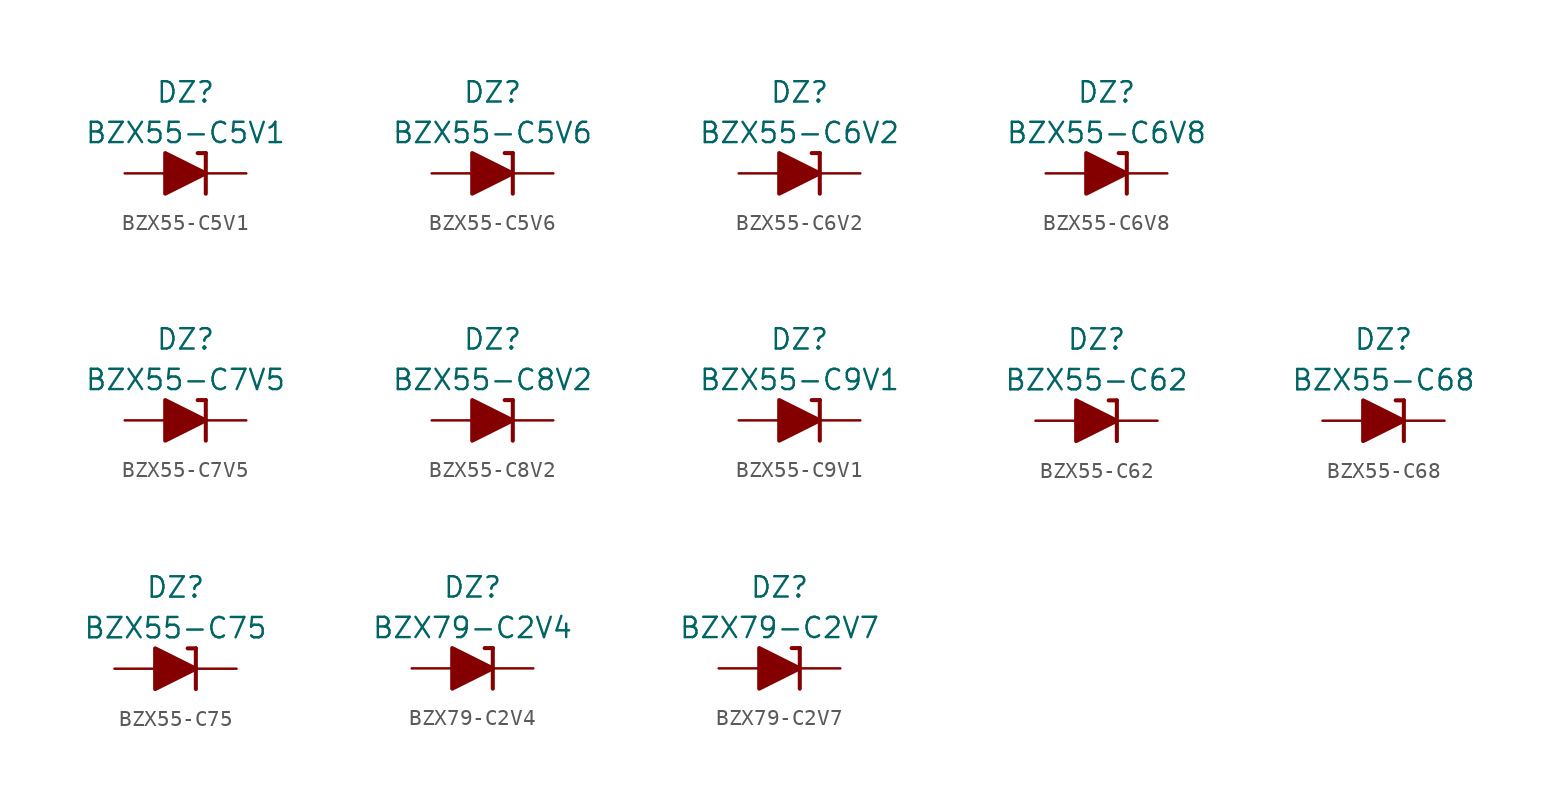
<source format=kicad_sym>
(kicad_symbol_lib
  (version 20201005)
  (generator kicad_symbol_editor)
  (symbol "Diode_Zener_AKL:BZX55-C5V1"
    (pin_numbers hide)
    (pin_names
      (offset 1.016) hide)
    (property "Reference" "DZ"
      (at 0 5.08 0)
      (effects (font (size 1.27 1.27))))
    (property "Value" "BZX55-C5V1"
      (at 0 2.54 0)
      (effects (font (size 1.27 1.27))))
    (symbol "BZX55-C5V1_0_1"
      (polyline (pts (xy -1.27 0) (xy 1.27 0)) (stroke (width 0)) (fill (type none)))
      (polyline (pts (xy 1.27 1.27) (xy 0.762 1.27)) (stroke (width 0.254)) (fill (type none)))
      (polyline (pts (xy 1.27 1.27) (xy 1.27 -1.27)) (stroke (width 0.254)) (fill (type none)))
      (polyline (pts (xy -1.27 -1.27) (xy -1.27 1.27) (xy 1.27 0) (xy -1.27 -1.27)) (stroke (width 0.254)) (fill (type outline))))
    (symbol "BZX55-C5V1_1_1"
      (pin passive line (at 3.81 0 180) (length 2.54) (name "K" (effects (font (size 1.27 1.27)))) (number "1" (effects (font (size 1.27 1.27)))))
      (pin passive line (at -3.81 0 0) (length 2.54) (name "A" (effects (font (size 1.27 1.27)))) (number "2" (effects (font (size 1.27 1.27)))))))
  (symbol "Diode_Zener_AKL:BZX55-C5V6"
    (pin_numbers hide)
    (pin_names
      (offset 1.016) hide)
    (property "Reference" "DZ"
      (at 0 5.08 0)
      (effects (font (size 1.27 1.27))))
    (property "Value" "BZX55-C5V6"
      (at 0 2.54 0)
      (effects (font (size 1.27 1.27))))
    (symbol "BZX55-C5V6_0_1"
      (polyline (pts (xy -1.27 0) (xy 1.27 0)) (stroke (width 0)) (fill (type none)))
      (polyline (pts (xy 1.27 1.27) (xy 0.762 1.27)) (stroke (width 0.254)) (fill (type none)))
      (polyline (pts (xy 1.27 1.27) (xy 1.27 -1.27)) (stroke (width 0.254)) (fill (type none)))
      (polyline (pts (xy -1.27 -1.27) (xy -1.27 1.27) (xy 1.27 0) (xy -1.27 -1.27)) (stroke (width 0.254)) (fill (type outline))))
    (symbol "BZX55-C5V6_1_1"
      (pin passive line (at 3.81 0 180) (length 2.54) (name "K" (effects (font (size 1.27 1.27)))) (number "1" (effects (font (size 1.27 1.27)))))
      (pin passive line (at -3.81 0 0) (length 2.54) (name "A" (effects (font (size 1.27 1.27)))) (number "2" (effects (font (size 1.27 1.27)))))))
  (symbol "Diode_Zener_AKL:BZX55-C6V2"
    (pin_numbers hide)
    (pin_names
      (offset 1.016) hide)
    (property "Reference" "DZ"
      (at 0 5.08 0)
      (effects (font (size 1.27 1.27))))
    (property "Value" "BZX55-C6V2"
      (at 0 2.54 0)
      (effects (font (size 1.27 1.27))))
    (symbol "BZX55-C6V2_0_1"
      (polyline (pts (xy -1.27 0) (xy 1.27 0)) (stroke (width 0)) (fill (type none)))
      (polyline (pts (xy 1.27 1.27) (xy 0.762 1.27)) (stroke (width 0.254)) (fill (type none)))
      (polyline (pts (xy 1.27 1.27) (xy 1.27 -1.27)) (stroke (width 0.254)) (fill (type none)))
      (polyline (pts (xy -1.27 -1.27) (xy -1.27 1.27) (xy 1.27 0) (xy -1.27 -1.27)) (stroke (width 0.254)) (fill (type outline))))
    (symbol "BZX55-C6V2_1_1"
      (pin passive line (at 3.81 0 180) (length 2.54) (name "K" (effects (font (size 1.27 1.27)))) (number "1" (effects (font (size 1.27 1.27)))))
      (pin passive line (at -3.81 0 0) (length 2.54) (name "A" (effects (font (size 1.27 1.27)))) (number "2" (effects (font (size 1.27 1.27)))))))
  (symbol "Diode_Zener_AKL:BZX55-C6V8"
    (pin_numbers hide)
    (pin_names
      (offset 1.016) hide)
    (property "Reference" "DZ"
      (at 0 5.08 0)
      (effects (font (size 1.27 1.27))))
    (property "Value" "BZX55-C6V8"
      (at 0 2.54 0)
      (effects (font (size 1.27 1.27))))
    (symbol "BZX55-C6V8_0_1"
      (polyline (pts (xy -1.27 0) (xy 1.27 0)) (stroke (width 0)) (fill (type none)))
      (polyline (pts (xy 1.27 1.27) (xy 0.762 1.27)) (stroke (width 0.254)) (fill (type none)))
      (polyline (pts (xy 1.27 1.27) (xy 1.27 -1.27)) (stroke (width 0.254)) (fill (type none)))
      (polyline (pts (xy -1.27 -1.27) (xy -1.27 1.27) (xy 1.27 0) (xy -1.27 -1.27)) (stroke (width 0.254)) (fill (type outline))))
    (symbol "BZX55-C6V8_1_1"
      (pin passive line (at 3.81 0 180) (length 2.54) (name "K" (effects (font (size 1.27 1.27)))) (number "1" (effects (font (size 1.27 1.27)))))
      (pin passive line (at -3.81 0 0) (length 2.54) (name "A" (effects (font (size 1.27 1.27)))) (number "2" (effects (font (size 1.27 1.27)))))))
  (symbol "Diode_Zener_AKL:BZX55-C7V5"
    (pin_numbers hide)
    (pin_names
      (offset 1.016) hide)
    (property "Reference" "DZ"
      (at 0 5.08 0)
      (effects (font (size 1.27 1.27))))
    (property "Value" "BZX55-C7V5"
      (at 0 2.54 0)
      (effects (font (size 1.27 1.27))))
    (symbol "BZX55-C7V5_0_1"
      (polyline (pts (xy -1.27 0) (xy 1.27 0)) (stroke (width 0)) (fill (type none)))
      (polyline (pts (xy 1.27 1.27) (xy 0.762 1.27)) (stroke (width 0.254)) (fill (type none)))
      (polyline (pts (xy 1.27 1.27) (xy 1.27 -1.27)) (stroke (width 0.254)) (fill (type none)))
      (polyline (pts (xy -1.27 -1.27) (xy -1.27 1.27) (xy 1.27 0) (xy -1.27 -1.27)) (stroke (width 0.254)) (fill (type outline))))
    (symbol "BZX55-C7V5_1_1"
      (pin passive line (at 3.81 0 180) (length 2.54) (name "K" (effects (font (size 1.27 1.27)))) (number "1" (effects (font (size 1.27 1.27)))))
      (pin passive line (at -3.81 0 0) (length 2.54) (name "A" (effects (font (size 1.27 1.27)))) (number "2" (effects (font (size 1.27 1.27)))))))
  (symbol "Diode_Zener_AKL:BZX55-C8V2"
    (pin_numbers hide)
    (pin_names
      (offset 1.016) hide)
    (property "Reference" "DZ"
      (at 0 5.08 0)
      (effects (font (size 1.27 1.27))))
    (property "Value" "BZX55-C8V2"
      (at 0 2.54 0)
      (effects (font (size 1.27 1.27))))
    (symbol "BZX55-C8V2_0_1"
      (polyline (pts (xy -1.27 0) (xy 1.27 0)) (stroke (width 0)) (fill (type none)))
      (polyline (pts (xy 1.27 1.27) (xy 0.762 1.27)) (stroke (width 0.254)) (fill (type none)))
      (polyline (pts (xy 1.27 1.27) (xy 1.27 -1.27)) (stroke (width 0.254)) (fill (type none)))
      (polyline (pts (xy -1.27 -1.27) (xy -1.27 1.27) (xy 1.27 0) (xy -1.27 -1.27)) (stroke (width 0.254)) (fill (type outline))))
    (symbol "BZX55-C8V2_1_1"
      (pin passive line (at 3.81 0 180) (length 2.54) (name "K" (effects (font (size 1.27 1.27)))) (number "1" (effects (font (size 1.27 1.27)))))
      (pin passive line (at -3.81 0 0) (length 2.54) (name "A" (effects (font (size 1.27 1.27)))) (number "2" (effects (font (size 1.27 1.27)))))))
  (symbol "Diode_Zener_AKL:BZX55-C9V1"
    (pin_numbers hide)
    (pin_names
      (offset 1.016) hide)
    (property "Reference" "DZ"
      (at 0 5.08 0)
      (effects (font (size 1.27 1.27))))
    (property "Value" "BZX55-C9V1"
      (at 0 2.54 0)
      (effects (font (size 1.27 1.27))))
    (symbol "BZX55-C9V1_0_1"
      (polyline (pts (xy -1.27 0) (xy 1.27 0)) (stroke (width 0)) (fill (type none)))
      (polyline (pts (xy 1.27 1.27) (xy 0.762 1.27)) (stroke (width 0.254)) (fill (type none)))
      (polyline (pts (xy 1.27 1.27) (xy 1.27 -1.27)) (stroke (width 0.254)) (fill (type none)))
      (polyline (pts (xy -1.27 -1.27) (xy -1.27 1.27) (xy 1.27 0) (xy -1.27 -1.27)) (stroke (width 0.254)) (fill (type outline))))
    (symbol "BZX55-C9V1_1_1"
      (pin passive line (at 3.81 0 180) (length 2.54) (name "K" (effects (font (size 1.27 1.27)))) (number "1" (effects (font (size 1.27 1.27)))))
      (pin passive line (at -3.81 0 0) (length 2.54) (name "A" (effects (font (size 1.27 1.27)))) (number "2" (effects (font (size 1.27 1.27)))))))
  (symbol "Diode_Zener_AKL:BZX55-C62"
    (pin_numbers hide)
    (pin_names
      (offset 1.016) hide)
    (property "Reference" "DZ"
      (at 0 5.08 0)
      (effects (font (size 1.27 1.27))))
    (property "Value" "BZX55-C62"
      (at 0 2.54 0)
      (effects (font (size 1.27 1.27))))
    (symbol "BZX55-C62_0_1"
      (polyline (pts (xy -1.27 0) (xy 1.27 0)) (stroke (width 0)) (fill (type none)))
      (polyline (pts (xy 1.27 1.27) (xy 0.762 1.27)) (stroke (width 0.254)) (fill (type none)))
      (polyline (pts (xy 1.27 1.27) (xy 1.27 -1.27)) (stroke (width 0.254)) (fill (type none)))
      (polyline (pts (xy -1.27 -1.27) (xy -1.27 1.27) (xy 1.27 0) (xy -1.27 -1.27)) (stroke (width 0.254)) (fill (type outline))))
    (symbol "BZX55-C62_1_1"
      (pin passive line (at 3.81 0 180) (length 2.54) (name "K" (effects (font (size 1.27 1.27)))) (number "1" (effects (font (size 1.27 1.27)))))
      (pin passive line (at -3.81 0 0) (length 2.54) (name "A" (effects (font (size 1.27 1.27)))) (number "2" (effects (font (size 1.27 1.27)))))))
  (symbol "Diode_Zener_AKL:BZX55-C68"
    (pin_numbers hide)
    (pin_names
      (offset 1.016) hide)
    (property "Reference" "DZ"
      (at 0 5.08 0)
      (effects (font (size 1.27 1.27))))
    (property "Value" "BZX55-C68"
      (at 0 2.54 0)
      (effects (font (size 1.27 1.27))))
    (symbol "BZX55-C68_0_1"
      (polyline (pts (xy -1.27 0) (xy 1.27 0)) (stroke (width 0)) (fill (type none)))
      (polyline (pts (xy 1.27 1.27) (xy 0.762 1.27)) (stroke (width 0.254)) (fill (type none)))
      (polyline (pts (xy 1.27 1.27) (xy 1.27 -1.27)) (stroke (width 0.254)) (fill (type none)))
      (polyline (pts (xy -1.27 -1.27) (xy -1.27 1.27) (xy 1.27 0) (xy -1.27 -1.27)) (stroke (width 0.254)) (fill (type outline))))
    (symbol "BZX55-C68_1_1"
      (pin passive line (at 3.81 0 180) (length 2.54) (name "K" (effects (font (size 1.27 1.27)))) (number "1" (effects (font (size 1.27 1.27)))))
      (pin passive line (at -3.81 0 0) (length 2.54) (name "A" (effects (font (size 1.27 1.27)))) (number "2" (effects (font (size 1.27 1.27)))))))
  (symbol "Diode_Zener_AKL:BZX55-C75"
    (pin_numbers hide)
    (pin_names
      (offset 1.016) hide)
    (property "Reference" "DZ"
      (at 0 5.08 0)
      (effects (font (size 1.27 1.27))))
    (property "Value" "BZX55-C75"
      (at 0 2.54 0)
      (effects (font (size 1.27 1.27))))
    (symbol "BZX55-C75_0_1"
      (polyline (pts (xy -1.27 0) (xy 1.27 0)) (stroke (width 0)) (fill (type none)))
      (polyline (pts (xy 1.27 1.27) (xy 0.762 1.27)) (stroke (width 0.254)) (fill (type none)))
      (polyline (pts (xy 1.27 1.27) (xy 1.27 -1.27)) (stroke (width 0.254)) (fill (type none)))
      (polyline (pts (xy -1.27 -1.27) (xy -1.27 1.27) (xy 1.27 0) (xy -1.27 -1.27)) (stroke (width 0.254)) (fill (type outline))))
    (symbol "BZX55-C75_1_1"
      (pin passive line (at 3.81 0 180) (length 2.54) (name "K" (effects (font (size 1.27 1.27)))) (number "1" (effects (font (size 1.27 1.27)))))
      (pin passive line (at -3.81 0 0) (length 2.54) (name "A" (effects (font (size 1.27 1.27)))) (number "2" (effects (font (size 1.27 1.27)))))))
  (symbol "Diode_Zener_AKL:BZX79-C2V4"
    (pin_numbers hide)
    (pin_names
      (offset 1.016) hide)
    (property "Reference" "DZ"
      (at 0 5.08 0)
      (effects (font (size 1.27 1.27))))
    (property "Value" "BZX79-C2V4"
      (at 0 2.54 0)
      (effects (font (size 1.27 1.27))))
    (symbol "BZX79-C2V4_0_1"
      (polyline (pts (xy -1.27 0) (xy 1.27 0)) (stroke (width 0)) (fill (type none)))
      (polyline (pts (xy 1.27 1.27) (xy 0.762 1.27)) (stroke (width 0.254)) (fill (type none)))
      (polyline (pts (xy 1.27 1.27) (xy 1.27 -1.27)) (stroke (width 0.254)) (fill (type none)))
      (polyline (pts (xy -1.27 -1.27) (xy -1.27 1.27) (xy 1.27 0) (xy -1.27 -1.27)) (stroke (width 0.254)) (fill (type outline))))
    (symbol "BZX79-C2V4_1_1"
      (pin passive line (at 3.81 0 180) (length 2.54) (name "K" (effects (font (size 1.27 1.27)))) (number "1" (effects (font (size 1.27 1.27)))))
      (pin passive line (at -3.81 0 0) (length 2.54) (name "A" (effects (font (size 1.27 1.27)))) (number "2" (effects (font (size 1.27 1.27)))))))
  (symbol "Diode_Zener_AKL:BZX79-C2V7"
    (pin_numbers hide)
    (pin_names
      (offset 1.016) hide)
    (property "Reference" "DZ"
      (at 0 5.08 0)
      (effects (font (size 1.27 1.27))))
    (property "Value" "BZX79-C2V7"
      (at 0 2.54 0)
      (effects (font (size 1.27 1.27))))
    (symbol "BZX79-C2V7_0_1"
      (polyline (pts (xy -1.27 0) (xy 1.27 0)) (stroke (width 0)) (fill (type none)))
      (polyline (pts (xy 1.27 1.27) (xy 0.762 1.27)) (stroke (width 0.254)) (fill (type none)))
      (polyline (pts (xy 1.27 1.27) (xy 1.27 -1.27)) (stroke (width 0.254)) (fill (type none)))
      (polyline (pts (xy -1.27 -1.27) (xy -1.27 1.27) (xy 1.27 0) (xy -1.27 -1.27)) (stroke (width 0.254)) (fill (type outline))))
    (symbol "BZX79-C2V7_1_1"
      (pin passive line (at 3.81 0 180) (length 2.54) (name "K" (effects (font (size 1.27 1.27)))) (number "1" (effects (font (size 1.27 1.27)))))
      (pin passive line (at -3.81 0 0) (length 2.54) (name "A" (effects (font (size 1.27 1.27)))) (number "2" (effects (font (size 1.27 1.27))))))))
</source>
